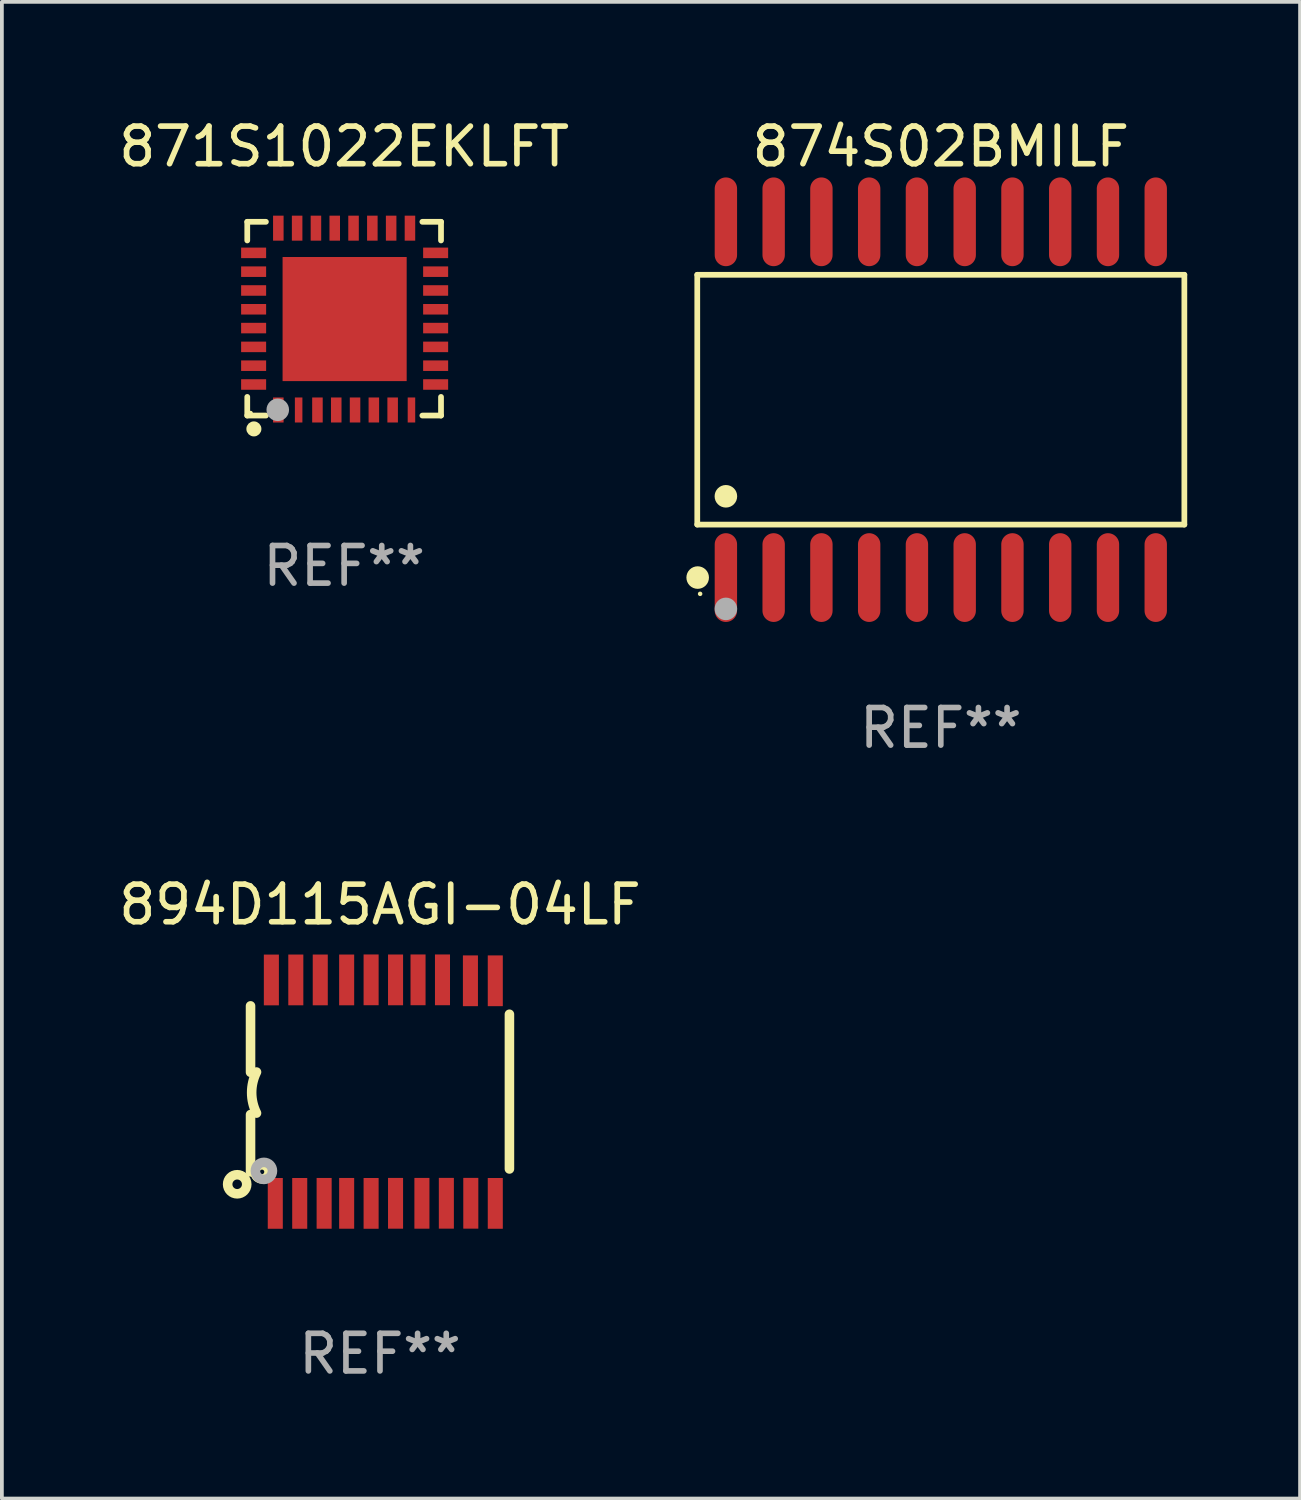
<source format=kicad_pcb>
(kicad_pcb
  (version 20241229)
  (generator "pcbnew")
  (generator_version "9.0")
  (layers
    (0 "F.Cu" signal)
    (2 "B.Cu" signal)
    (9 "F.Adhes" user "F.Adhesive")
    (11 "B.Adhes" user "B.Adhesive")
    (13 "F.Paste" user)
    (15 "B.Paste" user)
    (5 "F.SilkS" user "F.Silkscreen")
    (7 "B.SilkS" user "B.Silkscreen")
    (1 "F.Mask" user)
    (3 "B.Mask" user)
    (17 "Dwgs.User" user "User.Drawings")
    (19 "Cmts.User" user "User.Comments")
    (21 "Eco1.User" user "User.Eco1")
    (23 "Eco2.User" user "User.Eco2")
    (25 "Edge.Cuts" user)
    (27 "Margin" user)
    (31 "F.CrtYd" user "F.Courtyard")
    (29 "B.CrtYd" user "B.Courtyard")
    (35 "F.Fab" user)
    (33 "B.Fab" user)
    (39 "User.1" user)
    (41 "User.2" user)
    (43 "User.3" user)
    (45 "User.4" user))
  (footprint "874S02BMILF"
    (layer "F.Cu")
    (at 21.967 7.578)
    (property "Reference" "874S02BMILF" (at 0 -6.73 0) (layer "F.SilkS") (effects (font (size 1 1) (thickness 0.15))))
    (attr through_hole)
    (fp_line (start -6.476 -3.321) (end 6.476 -3.321) (stroke (width 0.152) (type solid)) (layer "F.SilkS"))
    (fp_line (start -6.476 3.321) (end -6.476 -3.321) (stroke (width 0.152) (type solid)) (layer "F.SilkS"))
    (fp_line (start 6.476 -3.321) (end 6.476 3.321) (stroke (width 0.152) (type solid)) (layer "F.SilkS"))
    (fp_line (start 6.476 3.321) (end -6.476 3.321) (stroke (width 0.152) (type solid)) (layer "F.SilkS"))
    (fp_circle (center -6.465 4.73) (end -6.315 4.73) (stroke (width 0.3) (type solid)) (fill no) (layer "F.SilkS"))
    (fp_circle (center -6.4 5.163) (end -6.37 5.163) (stroke (width 0.06) (type solid)) (fill no) (layer "F.SilkS"))
    (fp_circle (center -5.715 2.569) (end -5.565 2.569) (stroke (width 0.3) (type solid)) (fill no) (layer "F.SilkS"))
    (fp_circle (center -5.715 5.563) (end -5.565 5.563) (stroke (width 0.3) (type solid)) (fill no) (layer "F.Fab"))
    (fp_text user "REF**" (at 0 8.73 0) (layer "F.Fab") (effects (font (size 1 1) (thickness 0.15))))
    (pad "1" smd oval (at -5.715 4.73) (size 0.595 2.36) (layers "F.Cu" "F.Mask" "F.Paste"))
    (pad "2" smd oval (at -4.445 4.73) (size 0.595 2.36) (layers "F.Cu" "F.Mask" "F.Paste"))
    (pad "3" smd oval (at -3.175 4.73) (size 0.595 2.36) (layers "F.Cu" "F.Mask" "F.Paste"))
    (pad "4" smd oval (at -1.905 4.73) (size 0.595 2.36) (layers "F.Cu" "F.Mask" "F.Paste"))
    (pad "5" smd oval (at -0.635 4.73) (size 0.595 2.36) (layers "F.Cu" "F.Mask" "F.Paste"))
    (pad "6" smd oval (at 0.635 4.73) (size 0.595 2.36) (layers "F.Cu" "F.Mask" "F.Paste"))
    (pad "7" smd oval (at 1.905 4.73) (size 0.595 2.36) (layers "F.Cu" "F.Mask" "F.Paste"))
    (pad "8" smd oval (at 3.175 4.73) (size 0.595 2.36) (layers "F.Cu" "F.Mask" "F.Paste"))
    (pad "9" smd oval (at 4.445 4.73) (size 0.595 2.36) (layers "F.Cu" "F.Mask" "F.Paste"))
    (pad "10" smd oval (at 5.715 4.73) (size 0.595 2.36) (layers "F.Cu" "F.Mask" "F.Paste"))
    (pad "11" smd oval (at 5.715 -4.73) (size 0.595 2.36) (layers "F.Cu" "F.Mask" "F.Paste"))
    (pad "12" smd oval (at 4.445 -4.73) (size 0.595 2.36) (layers "F.Cu" "F.Mask" "F.Paste"))
    (pad "13" smd oval (at 3.175 -4.73) (size 0.595 2.36) (layers "F.Cu" "F.Mask" "F.Paste"))
    (pad "14" smd oval (at 1.905 -4.73) (size 0.595 2.36) (layers "F.Cu" "F.Mask" "F.Paste"))
    (pad "15" smd oval (at 0.635 -4.73) (size 0.595 2.36) (layers "F.Cu" "F.Mask" "F.Paste"))
    (pad "16" smd oval (at -0.635 -4.73) (size 0.595 2.36) (layers "F.Cu" "F.Mask" "F.Paste"))
    (pad "17" smd oval (at -1.905 -4.73) (size 0.595 2.36) (layers "F.Cu" "F.Mask" "F.Paste"))
    (pad "18" smd oval (at -3.175 -4.73) (size 0.595 2.36) (layers "F.Cu" "F.Mask" "F.Paste"))
    (pad "19" smd oval (at -4.445 -4.73) (size 0.595 2.36) (layers "F.Cu" "F.Mask" "F.Paste"))
    (pad "20" smd oval (at -5.715 -4.73) (size 0.595 2.36) (layers "F.Cu" "F.Mask" "F.Paste")))
  (footprint "894D115AGI-04LF"
    (layer "F.Cu")
    (at 7.054 25.977)
    (property "Reference" "894D115AGI-04LF" (at 0 -4.972 0) (layer "F.SilkS") (effects (font (size 1 1) (thickness 0.15))))
    (attr through_hole)
    (fp_line (start -3.442 -0.514) (end -3.442 -2.28) (stroke (width 0.254) (type solid)) (layer "F.SilkS"))
    (fp_line (start -3.442 0.61) (end -3.442 2.134) (stroke (width 0.254) (type solid)) (layer "F.SilkS"))
    (fp_line (start 3.442 -2.057) (end 3.442 2.057) (stroke (width 0.254) (type solid)) (layer "F.SilkS"))
    (fp_arc (start -3.282957 0.571502) (mid -3.411874 0.0254) (end -3.282957 -0.520701) (stroke (width 0.254001) (type solid)) (layer "F.SilkS"))
    (fp_circle (center -3.797 2.464) (end -3.543 2.464) (stroke (width 0.254) (type solid)) (fill no) (layer "F.SilkS"))
    (fp_circle (center -3.137 2.134) (end -3.077 2.134) (stroke (width 0.254) (type solid)) (fill no) (layer "F.SilkS"))
    (fp_circle (center -3.086 2.108) (end -2.986 2.108) (stroke (width 0.254) (type solid)) (fill no) (layer "F.Fab"))
    (fp_text user "REF**" (at 0 6.972 0) (layer "F.Fab") (effects (font (size 1 1) (thickness 0.15))))
    (pad "1" smd rect (at -2.784 2.972 90) (size 1.35 0.4) (layers "F.Cu" "F.Mask" "F.Paste"))
    (pad "2" smd rect (at -2.134 2.972 270) (size 1.35 0.4) (layers "F.Cu" "F.Mask" "F.Paste"))
    (pad "3" smd rect (at -1.485 2.971 270) (size 1.35 0.4) (layers "F.Cu" "F.Mask" "F.Paste"))
    (pad "4" smd rect (at -0.886 2.971 270) (size 1.35 0.4) (layers "F.Cu" "F.Mask" "F.Paste"))
    (pad "5" smd rect (at -0.236 2.972 270) (size 1.35 0.4) (layers "F.Cu" "F.Mask" "F.Paste"))
    (pad "6" smd rect (at 0.414 2.97 270) (size 1.35 0.4) (layers "F.Cu" "F.Mask" "F.Paste"))
    (pad "7" smd rect (at 1.115 2.97 270) (size 1.35 0.4) (layers "F.Cu" "F.Mask" "F.Paste"))
    (pad "8" smd rect (at 1.765 2.969 270) (size 1.35 0.4) (layers "F.Cu" "F.Mask" "F.Paste"))
    (pad "9" smd rect (at 2.415 2.969 270) (size 1.35 0.4) (layers "F.Cu" "F.Mask" "F.Paste"))
    (pad "10" smd rect (at 3.066 2.972 270) (size 1.35 0.4) (layers "F.Cu" "F.Mask" "F.Paste"))
    (pad "11" smd rect (at 3.066 -2.947 270) (size 1.35 0.4) (layers "F.Cu" "F.Mask" "F.Paste"))
    (pad "12" smd rect (at 2.405 -2.947 270) (size 1.35 0.4) (layers "F.Cu" "F.Mask" "F.Paste"))
    (pad "13" smd rect (at 1.662 -2.972 90) (size 1.35 0.4) (layers "F.Cu" "F.Mask" "F.Paste"))
    (pad "14" smd rect (at 1.012 -2.972 90) (size 1.35 0.4) (layers "F.Cu" "F.Mask" "F.Paste"))
    (pad "15" smd rect (at 0.414 -2.971 90) (size 1.35 0.4) (layers "F.Cu" "F.Mask" "F.Paste"))
    (pad "16" smd rect (at -0.236 -2.972 90) (size 1.35 0.4) (layers "F.Cu" "F.Mask" "F.Paste"))
    (pad "17" smd rect (at -0.886 -2.97 90) (size 1.35 0.4) (layers "F.Cu" "F.Mask" "F.Paste"))
    (pad "18" smd rect (at -1.588 -2.97 90) (size 1.35 0.4) (layers "F.Cu" "F.Mask" "F.Paste"))
    (pad "19" smd rect (at -2.238 -2.97 90) (size 1.35 0.4) (layers "F.Cu" "F.Mask" "F.Paste"))
    (pad "20" smd rect (at -2.888 -2.969 90) (size 1.35 0.4) (layers "F.Cu" "F.Mask" "F.Paste")))
  (footprint "871S1022EKLFT"
    (layer "F.Cu")
    (at 6.101 5.424)
    (property "Reference" "871S1022EKLFT" (at 0 -4.576 0) (layer "F.SilkS") (effects (font (size 1 1) (thickness 0.15))))
    (attr through_hole)
    (fp_line (start -2.576 -2.576) (end -2.576 -2.08) (stroke (width 0.152) (type solid)) (layer "F.SilkS"))
    (fp_line (start -2.576 2.576) (end -2.576 2.08) (stroke (width 0.152) (type solid)) (layer "F.SilkS"))
    (fp_line (start -2.08 -2.576) (end -2.576 -2.576) (stroke (width 0.152) (type solid)) (layer "F.SilkS"))
    (fp_line (start -2.08 2.576) (end -2.576 2.576) (stroke (width 0.152) (type solid)) (layer "F.SilkS"))
    (fp_line (start 2.08 -2.576) (end 2.576 -2.576) (stroke (width 0.152) (type solid)) (layer "F.SilkS"))
    (fp_line (start 2.08 2.576) (end 2.576 2.576) (stroke (width 0.152) (type solid)) (layer "F.SilkS"))
    (fp_line (start 2.576 -2.576) (end 2.576 -2.08) (stroke (width 0.152) (type solid)) (layer "F.SilkS"))
    (fp_line (start 2.576 2.576) (end 2.576 2.08) (stroke (width 0.152) (type solid)) (layer "F.SilkS"))
    (fp_circle (center -2.487 2.51) (end -2.457 2.51) (stroke (width 0.06) (type solid)) (fill no) (layer "F.SilkS"))
    (fp_circle (center -2.4 2.931) (end -2.3 2.931) (stroke (width 0.2) (type solid)) (fill no) (layer "F.SilkS"))
    (fp_circle (center -1.765 2.423) (end -1.615 2.423) (stroke (width 0.3) (type solid)) (fill no) (layer "F.Fab"))
    (fp_text user "REF**" (at 0 6.576 0) (layer "F.Fab") (effects (font (size 1 1) (thickness 0.15))))
    (pad "1" smd rect (at -1.75 2.428) (size 0.28 0.665) (layers "F.Cu" "F.Mask" "F.Paste"))
    (pad "2" smd rect (at -1.21 2.428) (size 0.2 0.665) (layers "F.Cu" "F.Mask" "F.Paste"))
    (pad "3" smd rect (at -0.71 2.428) (size 0.28 0.665) (layers "F.Cu" "F.Mask" "F.Paste"))
    (pad "4" smd rect (at -0.21 2.428) (size 0.28 0.665) (layers "F.Cu" "F.Mask" "F.Paste"))
    (pad "5" smd rect (at 0.29 2.428) (size 0.28 0.665) (layers "F.Cu" "F.Mask" "F.Paste"))
    (pad "6" smd rect (at 0.79 2.428) (size 0.28 0.665) (layers "F.Cu" "F.Mask" "F.Paste"))
    (pad "7" smd rect (at 1.29 2.428) (size 0.28 0.665) (layers "F.Cu" "F.Mask" "F.Paste"))
    (pad "8" smd rect (at 1.79 2.428) (size 0.2 0.665) (layers "F.Cu" "F.Mask" "F.Paste"))
    (pad "9" smd rect (at 2.433 1.75) (size 0.665 0.28) (layers "F.Cu" "F.Mask" "F.Paste"))
    (pad "10" smd rect (at 2.433 1.25) (size 0.665 0.28) (layers "F.Cu" "F.Mask" "F.Paste"))
    (pad "11" smd rect (at 2.433 0.75) (size 0.665 0.28) (layers "F.Cu" "F.Mask" "F.Paste"))
    (pad "12" smd rect (at 2.433 0.25) (size 0.665 0.28) (layers "F.Cu" "F.Mask" "F.Paste"))
    (pad "13" smd rect (at 2.433 -0.25) (size 0.665 0.28) (layers "F.Cu" "F.Mask" "F.Paste"))
    (pad "14" smd rect (at 2.433 -0.75) (size 0.665 0.28) (layers "F.Cu" "F.Mask" "F.Paste"))
    (pad "15" smd rect (at 2.433 -1.25) (size 0.665 0.28) (layers "F.Cu" "F.Mask" "F.Paste"))
    (pad "16" smd rect (at 2.433 -1.75) (size 0.665 0.28) (layers "F.Cu" "F.Mask" "F.Paste"))
    (pad "17" smd rect (at 1.75 -2.407) (size 0.28 0.665) (layers "F.Cu" "F.Mask" "F.Paste"))
    (pad "18" smd rect (at 1.25 -2.407) (size 0.28 0.665) (layers "F.Cu" "F.Mask" "F.Paste"))
    (pad "19" smd rect (at 0.75 -2.407) (size 0.28 0.665) (layers "F.Cu" "F.Mask" "F.Paste"))
    (pad "20" smd rect (at 0.25 -2.407) (size 0.28 0.665) (layers "F.Cu" "F.Mask" "F.Paste"))
    (pad "21" smd rect (at -0.25 -2.407) (size 0.28 0.665) (layers "F.Cu" "F.Mask" "F.Paste"))
    (pad "22" smd rect (at -0.75 -2.407) (size 0.28 0.665) (layers "F.Cu" "F.Mask" "F.Paste"))
    (pad "23" smd rect (at -1.25 -2.407) (size 0.28 0.665) (layers "F.Cu" "F.Mask" "F.Paste"))
    (pad "24" smd rect (at -1.75 -2.407) (size 0.28 0.665) (layers "F.Cu" "F.Mask" "F.Paste"))
    (pad "25" smd rect (at -2.407 -1.75) (size 0.665 0.28) (layers "F.Cu" "F.Mask" "F.Paste"))
    (pad "26" smd rect (at -2.407 -1.25) (size 0.665 0.28) (layers "F.Cu" "F.Mask" "F.Paste"))
    (pad "27" smd rect (at -2.407 -0.75) (size 0.665 0.28) (layers "F.Cu" "F.Mask" "F.Paste"))
    (pad "28" smd rect (at -2.407 -0.25) (size 0.665 0.28) (layers "F.Cu" "F.Mask" "F.Paste"))
    (pad "29" smd rect (at -2.407 0.25) (size 0.665 0.28) (layers "F.Cu" "F.Mask" "F.Paste"))
    (pad "30" smd rect (at -2.407 0.75) (size 0.665 0.28) (layers "F.Cu" "F.Mask" "F.Paste"))
    (pad "31" smd rect (at -2.407 1.25) (size 0.665 0.28) (layers "F.Cu" "F.Mask" "F.Paste"))
    (pad "32" smd rect (at -2.407 1.75) (size 0.665 0.28) (layers "F.Cu" "F.Mask" "F.Paste"))
    (pad "33" smd rect (at 0.013 0.01) (size 3.3 3.3) (layers "F.Cu" "F.Mask" "F.Paste")))
  (gr_rect
    (start -3 -3)
    (end 31.52 36.797)
    (stroke (width 0.1) (type default))
    (fill no)
    (layer "Edge.Cuts")))
</source>
